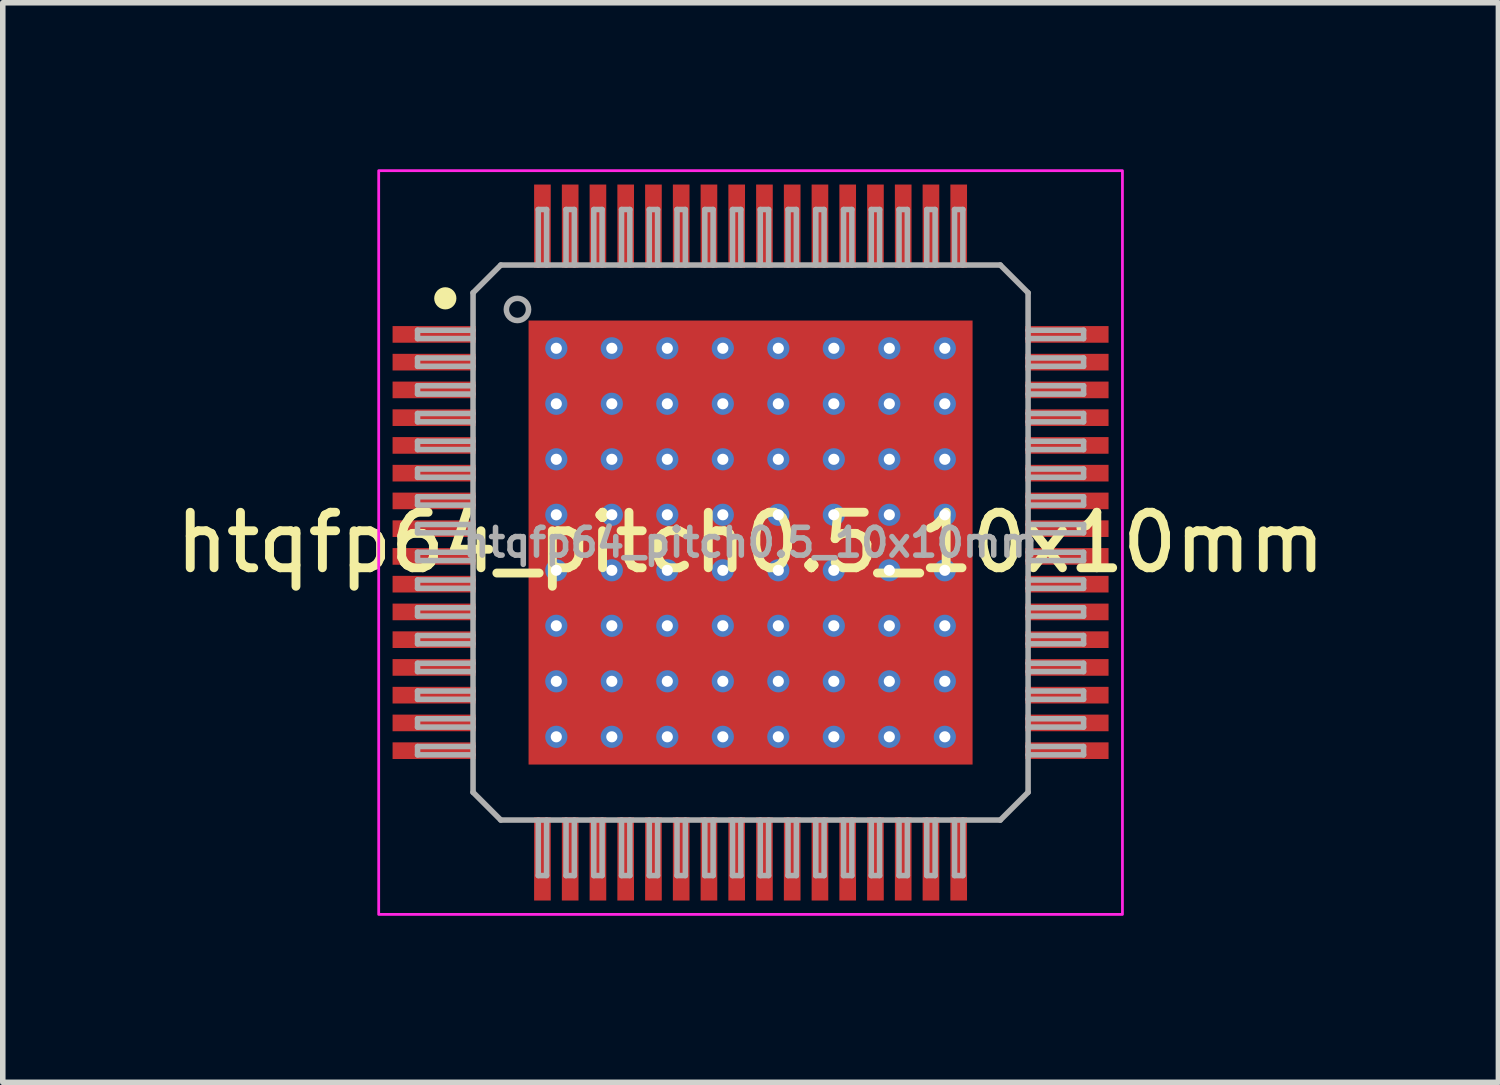
<source format=kicad_pcb>
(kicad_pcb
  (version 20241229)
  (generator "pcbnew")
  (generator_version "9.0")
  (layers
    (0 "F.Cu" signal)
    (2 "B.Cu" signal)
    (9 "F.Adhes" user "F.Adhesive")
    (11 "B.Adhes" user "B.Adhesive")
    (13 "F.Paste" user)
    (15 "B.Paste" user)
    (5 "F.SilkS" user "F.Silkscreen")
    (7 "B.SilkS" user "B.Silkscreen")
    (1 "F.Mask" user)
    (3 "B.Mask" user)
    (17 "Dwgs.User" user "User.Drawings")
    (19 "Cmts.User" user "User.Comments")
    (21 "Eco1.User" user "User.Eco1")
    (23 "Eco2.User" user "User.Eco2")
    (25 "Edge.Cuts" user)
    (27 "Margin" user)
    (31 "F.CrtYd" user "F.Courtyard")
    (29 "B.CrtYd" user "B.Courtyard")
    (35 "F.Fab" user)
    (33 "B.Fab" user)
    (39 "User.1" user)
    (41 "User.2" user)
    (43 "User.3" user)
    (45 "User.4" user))
  (footprint "htqfp64_pitch0.5_10x10mm"
    (layer "F.Cu")
    (at 10.473 6.725)
    (property "Reference" "htqfp64_pitch0.5_10x10mm" (at 0 0 0) (layer "F.SilkS") (effects (font (size 1 1) (thickness 0.16))))
    (attr smd)
    (fp_circle (center -5.5 -4.4) (end -5.4 -4.4) (stroke (width 0.2) (type solid)) (fill no) (layer "F.SilkS"))
    (fp_rect (start -6.7 -6.7) (end 6.7 6.7) (stroke (width 0.05) (type default)) (fill no) (layer "F.CrtYd"))
    (fp_line (start -6 -3.825) (end -6 -3.675) (stroke (width 0.1) (type default)) (layer "F.Fab"))
    (fp_line (start -6 -3.675) (end -5 -3.675) (stroke (width 0.1) (type default)) (layer "F.Fab"))
    (fp_line (start -6 -3.325) (end -6 -3.175) (stroke (width 0.1) (type default)) (layer "F.Fab"))
    (fp_line (start -6 -3.175) (end -5 -3.175) (stroke (width 0.1) (type default)) (layer "F.Fab"))
    (fp_line (start -6 -2.825) (end -6 -2.675) (stroke (width 0.1) (type default)) (layer "F.Fab"))
    (fp_line (start -6 -2.675) (end -5 -2.675) (stroke (width 0.1) (type default)) (layer "F.Fab"))
    (fp_line (start -6 -2.325) (end -6 -2.175) (stroke (width 0.1) (type default)) (layer "F.Fab"))
    (fp_line (start -6 -2.175) (end -5 -2.175) (stroke (width 0.1) (type default)) (layer "F.Fab"))
    (fp_line (start -6 -1.825) (end -6 -1.675) (stroke (width 0.1) (type default)) (layer "F.Fab"))
    (fp_line (start -6 -1.675) (end -5 -1.675) (stroke (width 0.1) (type default)) (layer "F.Fab"))
    (fp_line (start -6 -1.325) (end -6 -1.175) (stroke (width 0.1) (type default)) (layer "F.Fab"))
    (fp_line (start -6 -1.175) (end -5 -1.175) (stroke (width 0.1) (type default)) (layer "F.Fab"))
    (fp_line (start -6 -0.825) (end -6 -0.675) (stroke (width 0.1) (type default)) (layer "F.Fab"))
    (fp_line (start -6 -0.675) (end -5 -0.675) (stroke (width 0.1) (type default)) (layer "F.Fab"))
    (fp_line (start -6 -0.325) (end -6 -0.175) (stroke (width 0.1) (type default)) (layer "F.Fab"))
    (fp_line (start -6 -0.175) (end -5 -0.175) (stroke (width 0.1) (type default)) (layer "F.Fab"))
    (fp_line (start -6 0.175) (end -6 0.325) (stroke (width 0.1) (type default)) (layer "F.Fab"))
    (fp_line (start -6 0.325) (end -5 0.325) (stroke (width 0.1) (type default)) (layer "F.Fab"))
    (fp_line (start -6 0.675) (end -6 0.825) (stroke (width 0.1) (type default)) (layer "F.Fab"))
    (fp_line (start -6 0.825) (end -5 0.825) (stroke (width 0.1) (type default)) (layer "F.Fab"))
    (fp_line (start -6 1.175) (end -6 1.325) (stroke (width 0.1) (type default)) (layer "F.Fab"))
    (fp_line (start -6 1.325) (end -5 1.325) (stroke (width 0.1) (type default)) (layer "F.Fab"))
    (fp_line (start -6 1.675) (end -6 1.825) (stroke (width 0.1) (type default)) (layer "F.Fab"))
    (fp_line (start -6 1.825) (end -5 1.825) (stroke (width 0.1) (type default)) (layer "F.Fab"))
    (fp_line (start -6 2.175) (end -6 2.325) (stroke (width 0.1) (type default)) (layer "F.Fab"))
    (fp_line (start -6 2.325) (end -5 2.325) (stroke (width 0.1) (type default)) (layer "F.Fab"))
    (fp_line (start -6 2.675) (end -6 2.825) (stroke (width 0.1) (type default)) (layer "F.Fab"))
    (fp_line (start -6 2.825) (end -5 2.825) (stroke (width 0.1) (type default)) (layer "F.Fab"))
    (fp_line (start -6 3.175) (end -6 3.325) (stroke (width 0.1) (type default)) (layer "F.Fab"))
    (fp_line (start -6 3.325) (end -5 3.325) (stroke (width 0.1) (type default)) (layer "F.Fab"))
    (fp_line (start -6 3.675) (end -6 3.825) (stroke (width 0.1) (type default)) (layer "F.Fab"))
    (fp_line (start -6 3.825) (end -5 3.825) (stroke (width 0.1) (type default)) (layer "F.Fab"))
    (fp_line (start -5 -4.5) (end -4.5 -5) (stroke (width 0.1) (type default)) (layer "F.Fab"))
    (fp_line (start -5 -3.825) (end -6 -3.825) (stroke (width 0.1) (type default)) (layer "F.Fab"))
    (fp_line (start -5 -3.325) (end -6 -3.325) (stroke (width 0.1) (type default)) (layer "F.Fab"))
    (fp_line (start -5 -2.825) (end -6 -2.825) (stroke (width 0.1) (type default)) (layer "F.Fab"))
    (fp_line (start -5 -2.325) (end -6 -2.325) (stroke (width 0.1) (type default)) (layer "F.Fab"))
    (fp_line (start -5 -1.825) (end -6 -1.825) (stroke (width 0.1) (type default)) (layer "F.Fab"))
    (fp_line (start -5 -1.325) (end -6 -1.325) (stroke (width 0.1) (type default)) (layer "F.Fab"))
    (fp_line (start -5 -0.825) (end -6 -0.825) (stroke (width 0.1) (type default)) (layer "F.Fab"))
    (fp_line (start -5 -0.325) (end -6 -0.325) (stroke (width 0.1) (type default)) (layer "F.Fab"))
    (fp_line (start -5 0.175) (end -6 0.175) (stroke (width 0.1) (type default)) (layer "F.Fab"))
    (fp_line (start -5 0.675) (end -6 0.675) (stroke (width 0.1) (type default)) (layer "F.Fab"))
    (fp_line (start -5 1.175) (end -6 1.175) (stroke (width 0.1) (type default)) (layer "F.Fab"))
    (fp_line (start -5 1.675) (end -6 1.675) (stroke (width 0.1) (type default)) (layer "F.Fab"))
    (fp_line (start -5 2.175) (end -6 2.175) (stroke (width 0.1) (type default)) (layer "F.Fab"))
    (fp_line (start -5 2.675) (end -6 2.675) (stroke (width 0.1) (type default)) (layer "F.Fab"))
    (fp_line (start -5 3.175) (end -6 3.175) (stroke (width 0.1) (type default)) (layer "F.Fab"))
    (fp_line (start -5 3.675) (end -6 3.675) (stroke (width 0.1) (type default)) (layer "F.Fab"))
    (fp_line (start -5 4.5) (end -5 -4.5) (stroke (width 0.1) (type default)) (layer "F.Fab"))
    (fp_line (start -4.5 -5) (end 4.5 -5) (stroke (width 0.1) (type default)) (layer "F.Fab"))
    (fp_line (start -4.5 5) (end -5 4.5) (stroke (width 0.1) (type default)) (layer "F.Fab"))
    (fp_line (start -3.825 -6) (end -3.825 -5) (stroke (width 0.1) (type default)) (layer "F.Fab"))
    (fp_line (start -3.825 5) (end -3.825 6) (stroke (width 0.1) (type default)) (layer "F.Fab"))
    (fp_line (start -3.825 6) (end -3.675 6) (stroke (width 0.1) (type default)) (layer "F.Fab"))
    (fp_line (start -3.675 -6) (end -3.825 -6) (stroke (width 0.1) (type default)) (layer "F.Fab"))
    (fp_line (start -3.675 -5) (end -3.675 -6) (stroke (width 0.1) (type default)) (layer "F.Fab"))
    (fp_line (start -3.675 6) (end -3.675 5) (stroke (width 0.1) (type default)) (layer "F.Fab"))
    (fp_line (start -3.325 -6) (end -3.325 -5) (stroke (width 0.1) (type default)) (layer "F.Fab"))
    (fp_line (start -3.325 5) (end -3.325 6) (stroke (width 0.1) (type default)) (layer "F.Fab"))
    (fp_line (start -3.325 6) (end -3.175 6) (stroke (width 0.1) (type default)) (layer "F.Fab"))
    (fp_line (start -3.175 -6) (end -3.325 -6) (stroke (width 0.1) (type default)) (layer "F.Fab"))
    (fp_line (start -3.175 -5) (end -3.175 -6) (stroke (width 0.1) (type default)) (layer "F.Fab"))
    (fp_line (start -3.175 6) (end -3.175 5) (stroke (width 0.1) (type default)) (layer "F.Fab"))
    (fp_line (start -2.825 -6) (end -2.825 -5) (stroke (width 0.1) (type default)) (layer "F.Fab"))
    (fp_line (start -2.825 5) (end -2.825 6) (stroke (width 0.1) (type default)) (layer "F.Fab"))
    (fp_line (start -2.825 6) (end -2.675 6) (stroke (width 0.1) (type default)) (layer "F.Fab"))
    (fp_line (start -2.675 -6) (end -2.825 -6) (stroke (width 0.1) (type default)) (layer "F.Fab"))
    (fp_line (start -2.675 -5) (end -2.675 -6) (stroke (width 0.1) (type default)) (layer "F.Fab"))
    (fp_line (start -2.675 6) (end -2.675 5) (stroke (width 0.1) (type default)) (layer "F.Fab"))
    (fp_line (start -2.325 -6) (end -2.325 -5) (stroke (width 0.1) (type default)) (layer "F.Fab"))
    (fp_line (start -2.325 5) (end -2.325 6) (stroke (width 0.1) (type default)) (layer "F.Fab"))
    (fp_line (start -2.325 6) (end -2.175 6) (stroke (width 0.1) (type default)) (layer "F.Fab"))
    (fp_line (start -2.175 -6) (end -2.325 -6) (stroke (width 0.1) (type default)) (layer "F.Fab"))
    (fp_line (start -2.175 -5) (end -2.175 -6) (stroke (width 0.1) (type default)) (layer "F.Fab"))
    (fp_line (start -2.175 6) (end -2.175 5) (stroke (width 0.1) (type default)) (layer "F.Fab"))
    (fp_line (start -1.825 -6) (end -1.825 -5) (stroke (width 0.1) (type default)) (layer "F.Fab"))
    (fp_line (start -1.825 5) (end -1.825 6) (stroke (width 0.1) (type default)) (layer "F.Fab"))
    (fp_line (start -1.825 6) (end -1.675 6) (stroke (width 0.1) (type default)) (layer "F.Fab"))
    (fp_line (start -1.675 -6) (end -1.825 -6) (stroke (width 0.1) (type default)) (layer "F.Fab"))
    (fp_line (start -1.675 -5) (end -1.675 -6) (stroke (width 0.1) (type default)) (layer "F.Fab"))
    (fp_line (start -1.675 6) (end -1.675 5) (stroke (width 0.1) (type default)) (layer "F.Fab"))
    (fp_line (start -1.325 -6) (end -1.325 -5) (stroke (width 0.1) (type default)) (layer "F.Fab"))
    (fp_line (start -1.325 5) (end -1.325 6) (stroke (width 0.1) (type default)) (layer "F.Fab"))
    (fp_line (start -1.325 6) (end -1.175 6) (stroke (width 0.1) (type default)) (layer "F.Fab"))
    (fp_line (start -1.175 -6) (end -1.325 -6) (stroke (width 0.1) (type default)) (layer "F.Fab"))
    (fp_line (start -1.175 -5) (end -1.175 -6) (stroke (width 0.1) (type default)) (layer "F.Fab"))
    (fp_line (start -1.175 6) (end -1.175 5) (stroke (width 0.1) (type default)) (layer "F.Fab"))
    (fp_line (start -0.825 -6) (end -0.825 -5) (stroke (width 0.1) (type default)) (layer "F.Fab"))
    (fp_line (start -0.825 5) (end -0.825 6) (stroke (width 0.1) (type default)) (layer "F.Fab"))
    (fp_line (start -0.825 6) (end -0.675 6) (stroke (width 0.1) (type default)) (layer "F.Fab"))
    (fp_line (start -0.675 -6) (end -0.825 -6) (stroke (width 0.1) (type default)) (layer "F.Fab"))
    (fp_line (start -0.675 -5) (end -0.675 -6) (stroke (width 0.1) (type default)) (layer "F.Fab"))
    (fp_line (start -0.675 6) (end -0.675 5) (stroke (width 0.1) (type default)) (layer "F.Fab"))
    (fp_line (start -0.325 -6) (end -0.325 -5) (stroke (width 0.1) (type default)) (layer "F.Fab"))
    (fp_line (start -0.325 5) (end -0.325 6) (stroke (width 0.1) (type default)) (layer "F.Fab"))
    (fp_line (start -0.325 6) (end -0.175 6) (stroke (width 0.1) (type default)) (layer "F.Fab"))
    (fp_line (start -0.175 -6) (end -0.325 -6) (stroke (width 0.1) (type default)) (layer "F.Fab"))
    (fp_line (start -0.175 -5) (end -0.175 -6) (stroke (width 0.1) (type default)) (layer "F.Fab"))
    (fp_line (start -0.175 6) (end -0.175 5) (stroke (width 0.1) (type default)) (layer "F.Fab"))
    (fp_line (start 0.175 -6) (end 0.175 -5) (stroke (width 0.1) (type default)) (layer "F.Fab"))
    (fp_line (start 0.175 5) (end 0.175 6) (stroke (width 0.1) (type default)) (layer "F.Fab"))
    (fp_line (start 0.175 6) (end 0.325 6) (stroke (width 0.1) (type default)) (layer "F.Fab"))
    (fp_line (start 0.325 -6) (end 0.175 -6) (stroke (width 0.1) (type default)) (layer "F.Fab"))
    (fp_line (start 0.325 -5) (end 0.325 -6) (stroke (width 0.1) (type default)) (layer "F.Fab"))
    (fp_line (start 0.325 6) (end 0.325 5) (stroke (width 0.1) (type default)) (layer "F.Fab"))
    (fp_line (start 0.675 -6) (end 0.675 -5) (stroke (width 0.1) (type default)) (layer "F.Fab"))
    (fp_line (start 0.675 5) (end 0.675 6) (stroke (width 0.1) (type default)) (layer "F.Fab"))
    (fp_line (start 0.675 6) (end 0.825 6) (stroke (width 0.1) (type default)) (layer "F.Fab"))
    (fp_line (start 0.825 -6) (end 0.675 -6) (stroke (width 0.1) (type default)) (layer "F.Fab"))
    (fp_line (start 0.825 -5) (end 0.825 -6) (stroke (width 0.1) (type default)) (layer "F.Fab"))
    (fp_line (start 0.825 6) (end 0.825 5) (stroke (width 0.1) (type default)) (layer "F.Fab"))
    (fp_line (start 1.175 -6) (end 1.175 -5) (stroke (width 0.1) (type default)) (layer "F.Fab"))
    (fp_line (start 1.175 5) (end 1.175 6) (stroke (width 0.1) (type default)) (layer "F.Fab"))
    (fp_line (start 1.175 6) (end 1.325 6) (stroke (width 0.1) (type default)) (layer "F.Fab"))
    (fp_line (start 1.325 -6) (end 1.175 -6) (stroke (width 0.1) (type default)) (layer "F.Fab"))
    (fp_line (start 1.325 -5) (end 1.325 -6) (stroke (width 0.1) (type default)) (layer "F.Fab"))
    (fp_line (start 1.325 6) (end 1.325 5) (stroke (width 0.1) (type default)) (layer "F.Fab"))
    (fp_line (start 1.675 -6) (end 1.675 -5) (stroke (width 0.1) (type default)) (layer "F.Fab"))
    (fp_line (start 1.675 5) (end 1.675 6) (stroke (width 0.1) (type default)) (layer "F.Fab"))
    (fp_line (start 1.675 6) (end 1.825 6) (stroke (width 0.1) (type default)) (layer "F.Fab"))
    (fp_line (start 1.825 -6) (end 1.675 -6) (stroke (width 0.1) (type default)) (layer "F.Fab"))
    (fp_line (start 1.825 -5) (end 1.825 -6) (stroke (width 0.1) (type default)) (layer "F.Fab"))
    (fp_line (start 1.825 6) (end 1.825 5) (stroke (width 0.1) (type default)) (layer "F.Fab"))
    (fp_line (start 2.175 -6) (end 2.175 -5) (stroke (width 0.1) (type default)) (layer "F.Fab"))
    (fp_line (start 2.175 5) (end 2.175 6) (stroke (width 0.1) (type default)) (layer "F.Fab"))
    (fp_line (start 2.175 6) (end 2.325 6) (stroke (width 0.1) (type default)) (layer "F.Fab"))
    (fp_line (start 2.325 -6) (end 2.175 -6) (stroke (width 0.1) (type default)) (layer "F.Fab"))
    (fp_line (start 2.325 -5) (end 2.325 -6) (stroke (width 0.1) (type default)) (layer "F.Fab"))
    (fp_line (start 2.325 6) (end 2.325 5) (stroke (width 0.1) (type default)) (layer "F.Fab"))
    (fp_line (start 2.675 -6) (end 2.675 -5) (stroke (width 0.1) (type default)) (layer "F.Fab"))
    (fp_line (start 2.675 5) (end 2.675 6) (stroke (width 0.1) (type default)) (layer "F.Fab"))
    (fp_line (start 2.675 6) (end 2.825 6) (stroke (width 0.1) (type default)) (layer "F.Fab"))
    (fp_line (start 2.825 -6) (end 2.675 -6) (stroke (width 0.1) (type default)) (layer "F.Fab"))
    (fp_line (start 2.825 -5) (end 2.825 -6) (stroke (width 0.1) (type default)) (layer "F.Fab"))
    (fp_line (start 2.825 6) (end 2.825 5) (stroke (width 0.1) (type default)) (layer "F.Fab"))
    (fp_line (start 3.175 -6) (end 3.175 -5) (stroke (width 0.1) (type default)) (layer "F.Fab"))
    (fp_line (start 3.175 5) (end 3.175 6) (stroke (width 0.1) (type default)) (layer "F.Fab"))
    (fp_line (start 3.175 6) (end 3.325 6) (stroke (width 0.1) (type default)) (layer "F.Fab"))
    (fp_line (start 3.325 -6) (end 3.175 -6) (stroke (width 0.1) (type default)) (layer "F.Fab"))
    (fp_line (start 3.325 -5) (end 3.325 -6) (stroke (width 0.1) (type default)) (layer "F.Fab"))
    (fp_line (start 3.325 6) (end 3.325 5) (stroke (width 0.1) (type default)) (layer "F.Fab"))
    (fp_line (start 3.675 -6) (end 3.675 -5) (stroke (width 0.1) (type default)) (layer "F.Fab"))
    (fp_line (start 3.675 5) (end 3.675 6) (stroke (width 0.1) (type default)) (layer "F.Fab"))
    (fp_line (start 3.675 6) (end 3.825 6) (stroke (width 0.1) (type default)) (layer "F.Fab"))
    (fp_line (start 3.825 -6) (end 3.675 -6) (stroke (width 0.1) (type default)) (layer "F.Fab"))
    (fp_line (start 3.825 -5) (end 3.825 -6) (stroke (width 0.1) (type default)) (layer "F.Fab"))
    (fp_line (start 3.825 6) (end 3.825 5) (stroke (width 0.1) (type default)) (layer "F.Fab"))
    (fp_line (start 4.5 -5) (end 5 -4.5) (stroke (width 0.1) (type default)) (layer "F.Fab"))
    (fp_line (start 4.5 5) (end -4.5 5) (stroke (width 0.1) (type default)) (layer "F.Fab"))
    (fp_line (start 5 -4.5) (end 5 4.5) (stroke (width 0.1) (type default)) (layer "F.Fab"))
    (fp_line (start 5 -3.675) (end 6 -3.675) (stroke (width 0.1) (type default)) (layer "F.Fab"))
    (fp_line (start 5 -3.175) (end 6 -3.175) (stroke (width 0.1) (type default)) (layer "F.Fab"))
    (fp_line (start 5 -2.675) (end 6 -2.675) (stroke (width 0.1) (type default)) (layer "F.Fab"))
    (fp_line (start 5 -2.175) (end 6 -2.175) (stroke (width 0.1) (type default)) (layer "F.Fab"))
    (fp_line (start 5 -1.675) (end 6 -1.675) (stroke (width 0.1) (type default)) (layer "F.Fab"))
    (fp_line (start 5 -1.175) (end 6 -1.175) (stroke (width 0.1) (type default)) (layer "F.Fab"))
    (fp_line (start 5 -0.675) (end 6 -0.675) (stroke (width 0.1) (type default)) (layer "F.Fab"))
    (fp_line (start 5 -0.175) (end 6 -0.175) (stroke (width 0.1) (type default)) (layer "F.Fab"))
    (fp_line (start 5 0.325) (end 6 0.325) (stroke (width 0.1) (type default)) (layer "F.Fab"))
    (fp_line (start 5 0.825) (end 6 0.825) (stroke (width 0.1) (type default)) (layer "F.Fab"))
    (fp_line (start 5 1.325) (end 6 1.325) (stroke (width 0.1) (type default)) (layer "F.Fab"))
    (fp_line (start 5 1.825) (end 6 1.825) (stroke (width 0.1) (type default)) (layer "F.Fab"))
    (fp_line (start 5 2.325) (end 6 2.325) (stroke (width 0.1) (type default)) (layer "F.Fab"))
    (fp_line (start 5 2.825) (end 6 2.825) (stroke (width 0.1) (type default)) (layer "F.Fab"))
    (fp_line (start 5 3.325) (end 6 3.325) (stroke (width 0.1) (type default)) (layer "F.Fab"))
    (fp_line (start 5 3.825) (end 6 3.825) (stroke (width 0.1) (type default)) (layer "F.Fab"))
    (fp_line (start 5 4.5) (end 4.5 5) (stroke (width 0.1) (type default)) (layer "F.Fab"))
    (fp_line (start 6 -3.825) (end 5 -3.825) (stroke (width 0.1) (type default)) (layer "F.Fab"))
    (fp_line (start 6 -3.675) (end 6 -3.825) (stroke (width 0.1) (type default)) (layer "F.Fab"))
    (fp_line (start 6 -3.325) (end 5 -3.325) (stroke (width 0.1) (type default)) (layer "F.Fab"))
    (fp_line (start 6 -3.175) (end 6 -3.325) (stroke (width 0.1) (type default)) (layer "F.Fab"))
    (fp_line (start 6 -2.825) (end 5 -2.825) (stroke (width 0.1) (type default)) (layer "F.Fab"))
    (fp_line (start 6 -2.675) (end 6 -2.825) (stroke (width 0.1) (type default)) (layer "F.Fab"))
    (fp_line (start 6 -2.325) (end 5 -2.325) (stroke (width 0.1) (type default)) (layer "F.Fab"))
    (fp_line (start 6 -2.175) (end 6 -2.325) (stroke (width 0.1) (type default)) (layer "F.Fab"))
    (fp_line (start 6 -1.825) (end 5 -1.825) (stroke (width 0.1) (type default)) (layer "F.Fab"))
    (fp_line (start 6 -1.675) (end 6 -1.825) (stroke (width 0.1) (type default)) (layer "F.Fab"))
    (fp_line (start 6 -1.325) (end 5 -1.325) (stroke (width 0.1) (type default)) (layer "F.Fab"))
    (fp_line (start 6 -1.175) (end 6 -1.325) (stroke (width 0.1) (type default)) (layer "F.Fab"))
    (fp_line (start 6 -0.825) (end 5 -0.825) (stroke (width 0.1) (type default)) (layer "F.Fab"))
    (fp_line (start 6 -0.675) (end 6 -0.825) (stroke (width 0.1) (type default)) (layer "F.Fab"))
    (fp_line (start 6 -0.325) (end 5 -0.325) (stroke (width 0.1) (type default)) (layer "F.Fab"))
    (fp_line (start 6 -0.175) (end 6 -0.325) (stroke (width 0.1) (type default)) (layer "F.Fab"))
    (fp_line (start 6 0.175) (end 5 0.175) (stroke (width 0.1) (type default)) (layer "F.Fab"))
    (fp_line (start 6 0.325) (end 6 0.175) (stroke (width 0.1) (type default)) (layer "F.Fab"))
    (fp_line (start 6 0.675) (end 5 0.675) (stroke (width 0.1) (type default)) (layer "F.Fab"))
    (fp_line (start 6 0.825) (end 6 0.675) (stroke (width 0.1) (type default)) (layer "F.Fab"))
    (fp_line (start 6 1.175) (end 5 1.175) (stroke (width 0.1) (type default)) (layer "F.Fab"))
    (fp_line (start 6 1.325) (end 6 1.175) (stroke (width 0.1) (type default)) (layer "F.Fab"))
    (fp_line (start 6 1.675) (end 5 1.675) (stroke (width 0.1) (type default)) (layer "F.Fab"))
    (fp_line (start 6 1.825) (end 6 1.675) (stroke (width 0.1) (type default)) (layer "F.Fab"))
    (fp_line (start 6 2.175) (end 5 2.175) (stroke (width 0.1) (type default)) (layer "F.Fab"))
    (fp_line (start 6 2.325) (end 6 2.175) (stroke (width 0.1) (type default)) (layer "F.Fab"))
    (fp_line (start 6 2.675) (end 5 2.675) (stroke (width 0.1) (type default)) (layer "F.Fab"))
    (fp_line (start 6 2.825) (end 6 2.675) (stroke (width 0.1) (type default)) (layer "F.Fab"))
    (fp_line (start 6 3.175) (end 5 3.175) (stroke (width 0.1) (type default)) (layer "F.Fab"))
    (fp_line (start 6 3.325) (end 6 3.175) (stroke (width 0.1) (type default)) (layer "F.Fab"))
    (fp_line (start 6 3.675) (end 5 3.675) (stroke (width 0.1) (type default)) (layer "F.Fab"))
    (fp_line (start 6 3.825) (end 6 3.675) (stroke (width 0.1) (type default)) (layer "F.Fab"))
    (fp_circle (center -4.2 -4.2) (end -4 -4.2) (stroke (width 0.1) (type default)) (fill no) (layer "F.Fab"))
    (fp_text user "${REFERENCE}" (at 0 0 0) (layer "F.Fab") (effects (font (size 0.5 0.5) (thickness 0.1))))
    (pad "1" smd rect (at -5.7 -3.75) (size 1.5 0.3) (layers "F.Cu" "F.Mask" "F.Paste"))
    (pad "2" smd rect (at -5.7 -3.25) (size 1.5 0.3) (layers "F.Cu" "F.Mask" "F.Paste"))
    (pad "3" smd rect (at -5.7 -2.75) (size 1.5 0.3) (layers "F.Cu" "F.Mask" "F.Paste"))
    (pad "4" smd rect (at -5.7 -2.25) (size 1.5 0.3) (layers "F.Cu" "F.Mask" "F.Paste"))
    (pad "5" smd rect (at -5.7 -1.75) (size 1.5 0.3) (layers "F.Cu" "F.Mask" "F.Paste"))
    (pad "6" smd rect (at -5.7 -1.25) (size 1.5 0.3) (layers "F.Cu" "F.Mask" "F.Paste"))
    (pad "7" smd rect (at -5.7 -0.75) (size 1.5 0.3) (layers "F.Cu" "F.Mask" "F.Paste"))
    (pad "8" smd rect (at -5.7 -0.25) (size 1.5 0.3) (layers "F.Cu" "F.Mask" "F.Paste"))
    (pad "9" smd rect (at -5.7 0.25) (size 1.5 0.3) (layers "F.Cu" "F.Mask" "F.Paste"))
    (pad "10" smd rect (at -5.7 0.75) (size 1.5 0.3) (layers "F.Cu" "F.Mask" "F.Paste"))
    (pad "11" smd rect (at -5.7 1.25) (size 1.5 0.3) (layers "F.Cu" "F.Mask" "F.Paste"))
    (pad "12" smd rect (at -5.7 1.75) (size 1.5 0.3) (layers "F.Cu" "F.Mask" "F.Paste"))
    (pad "13" smd rect (at -5.7 2.25) (size 1.5 0.3) (layers "F.Cu" "F.Mask" "F.Paste"))
    (pad "14" smd rect (at -5.7 2.75) (size 1.5 0.3) (layers "F.Cu" "F.Mask" "F.Paste"))
    (pad "15" smd rect (at -5.7 3.25) (size 1.5 0.3) (layers "F.Cu" "F.Mask" "F.Paste"))
    (pad "16" smd rect (at -5.7 3.75) (size 1.5 0.3) (layers "F.Cu" "F.Mask" "F.Paste"))
    (pad "17" smd rect (at -3.75 5.7 90) (size 1.5 0.3) (layers "F.Cu" "F.Mask" "F.Paste"))
    (pad "18" smd rect (at -3.25 5.7 90) (size 1.5 0.3) (layers "F.Cu" "F.Mask" "F.Paste"))
    (pad "19" smd rect (at -2.75 5.7 90) (size 1.5 0.3) (layers "F.Cu" "F.Mask" "F.Paste"))
    (pad "20" smd rect (at -2.25 5.7 90) (size 1.5 0.3) (layers "F.Cu" "F.Mask" "F.Paste"))
    (pad "21" smd rect (at -1.75 5.7 90) (size 1.5 0.3) (layers "F.Cu" "F.Mask" "F.Paste"))
    (pad "22" smd rect (at -1.25 5.7 90) (size 1.5 0.3) (layers "F.Cu" "F.Mask" "F.Paste"))
    (pad "23" smd rect (at -0.75 5.7 90) (size 1.5 0.3) (layers "F.Cu" "F.Mask" "F.Paste"))
    (pad "24" smd rect (at -0.25 5.7 90) (size 1.5 0.3) (layers "F.Cu" "F.Mask" "F.Paste"))
    (pad "25" smd rect (at 0.25 5.7 90) (size 1.5 0.3) (layers "F.Cu" "F.Mask" "F.Paste"))
    (pad "26" smd rect (at 0.75 5.7 90) (size 1.5 0.3) (layers "F.Cu" "F.Mask" "F.Paste"))
    (pad "27" smd rect (at 1.25 5.7 90) (size 1.5 0.3) (layers "F.Cu" "F.Mask" "F.Paste"))
    (pad "28" smd rect (at 1.75 5.7 90) (size 1.5 0.3) (layers "F.Cu" "F.Mask" "F.Paste"))
    (pad "29" smd rect (at 2.25 5.7 90) (size 1.5 0.3) (layers "F.Cu" "F.Mask" "F.Paste"))
    (pad "30" smd rect (at 2.75 5.7 90) (size 1.5 0.3) (layers "F.Cu" "F.Mask" "F.Paste"))
    (pad "31" smd rect (at 3.25 5.7 90) (size 1.5 0.3) (layers "F.Cu" "F.Mask" "F.Paste"))
    (pad "32" smd rect (at 3.75 5.7 90) (size 1.5 0.3) (layers "F.Cu" "F.Mask" "F.Paste"))
    (pad "33" smd rect (at 5.7 3.75) (size 1.5 0.3) (layers "F.Cu" "F.Mask" "F.Paste"))
    (pad "34" smd rect (at 5.7 3.25) (size 1.5 0.3) (layers "F.Cu" "F.Mask" "F.Paste"))
    (pad "35" smd rect (at 5.7 2.75) (size 1.5 0.3) (layers "F.Cu" "F.Mask" "F.Paste"))
    (pad "36" smd rect (at 5.7 2.25) (size 1.5 0.3) (layers "F.Cu" "F.Mask" "F.Paste"))
    (pad "37" smd rect (at 5.7 1.75) (size 1.5 0.3) (layers "F.Cu" "F.Mask" "F.Paste"))
    (pad "38" smd rect (at 5.7 1.25) (size 1.5 0.3) (layers "F.Cu" "F.Mask" "F.Paste"))
    (pad "39" smd rect (at 5.7 0.75) (size 1.5 0.3) (layers "F.Cu" "F.Mask" "F.Paste"))
    (pad "40" smd rect (at 5.7 0.25) (size 1.5 0.3) (layers "F.Cu" "F.Mask" "F.Paste"))
    (pad "41" smd rect (at 5.7 -0.25) (size 1.5 0.3) (layers "F.Cu" "F.Mask" "F.Paste"))
    (pad "42" smd rect (at 5.7 -0.75) (size 1.5 0.3) (layers "F.Cu" "F.Mask" "F.Paste"))
    (pad "43" smd rect (at 5.7 -1.25) (size 1.5 0.3) (layers "F.Cu" "F.Mask" "F.Paste"))
    (pad "44" smd rect (at 5.7 -1.75) (size 1.5 0.3) (layers "F.Cu" "F.Mask" "F.Paste"))
    (pad "45" smd rect (at 5.7 -2.25) (size 1.5 0.3) (layers "F.Cu" "F.Mask" "F.Paste"))
    (pad "46" smd rect (at 5.7 -2.75) (size 1.5 0.3) (layers "F.Cu" "F.Mask" "F.Paste"))
    (pad "47" smd rect (at 5.7 -3.25) (size 1.5 0.3) (layers "F.Cu" "F.Mask" "F.Paste"))
    (pad "48" smd rect (at 5.7 -3.75) (size 1.5 0.3) (layers "F.Cu" "F.Mask" "F.Paste"))
    (pad "49" smd rect (at 3.75 -5.7 90) (size 1.5 0.3) (layers "F.Cu" "F.Mask" "F.Paste"))
    (pad "50" smd rect (at 3.25 -5.7 90) (size 1.5 0.3) (layers "F.Cu" "F.Mask" "F.Paste"))
    (pad "51" smd rect (at 2.75 -5.7 90) (size 1.5 0.3) (layers "F.Cu" "F.Mask" "F.Paste"))
    (pad "52" smd rect (at 2.25 -5.7 90) (size 1.5 0.3) (layers "F.Cu" "F.Mask" "F.Paste"))
    (pad "53" smd rect (at 1.75 -5.7 90) (size 1.5 0.3) (layers "F.Cu" "F.Mask" "F.Paste"))
    (pad "54" smd rect (at 1.25 -5.7 90) (size 1.5 0.3) (layers "F.Cu" "F.Mask" "F.Paste"))
    (pad "55" smd rect (at 0.75 -5.7 90) (size 1.5 0.3) (layers "F.Cu" "F.Mask" "F.Paste"))
    (pad "56" smd rect (at 0.25 -5.7 90) (size 1.5 0.3) (layers "F.Cu" "F.Mask" "F.Paste"))
    (pad "57" smd rect (at -0.25 -5.7 90) (size 1.5 0.3) (layers "F.Cu" "F.Mask" "F.Paste"))
    (pad "58" smd rect (at -0.75 -5.7 90) (size 1.5 0.3) (layers "F.Cu" "F.Mask" "F.Paste"))
    (pad "59" smd rect (at -1.25 -5.7 90) (size 1.5 0.3) (layers "F.Cu" "F.Mask" "F.Paste"))
    (pad "60" smd rect (at -1.75 -5.7 90) (size 1.5 0.3) (layers "F.Cu" "F.Mask" "F.Paste"))
    (pad "61" smd rect (at -2.25 -5.7 90) (size 1.5 0.3) (layers "F.Cu" "F.Mask" "F.Paste"))
    (pad "62" smd rect (at -2.75 -5.7 90) (size 1.5 0.3) (layers "F.Cu" "F.Mask" "F.Paste"))
    (pad "63" smd rect (at -3.25 -5.7 90) (size 1.5 0.3) (layers "F.Cu" "F.Mask" "F.Paste"))
    (pad "64" smd rect (at -3.75 -5.7 90) (size 1.5 0.3) (layers "F.Cu" "F.Mask" "F.Paste"))
    (pad "65" thru_hole circle (at -3.5 -3.5) (size 0.4 0.4) (drill 0.2) (layers "*.Cu" "*.Mask"))
    (pad "65" thru_hole circle (at -3.5 -2.5) (size 0.4 0.4) (drill 0.2) (layers "*.Cu" "*.Mask"))
    (pad "65" thru_hole circle (at -3.5 -1.5) (size 0.4 0.4) (drill 0.2) (layers "*.Cu" "*.Mask"))
    (pad "65" thru_hole circle (at -3.5 -0.5) (size 0.4 0.4) (drill 0.2) (layers "*.Cu" "*.Mask"))
    (pad "65" thru_hole circle (at -3.5 0.5) (size 0.4 0.4) (drill 0.2) (layers "*.Cu" "*.Mask"))
    (pad "65" thru_hole circle (at -3.5 1.5) (size 0.4 0.4) (drill 0.2) (layers "*.Cu" "*.Mask"))
    (pad "65" thru_hole circle (at -3.5 2.5) (size 0.4 0.4) (drill 0.2) (layers "*.Cu" "*.Mask"))
    (pad "65" thru_hole circle (at -3.5 3.5) (size 0.4 0.4) (drill 0.2) (layers "*.Cu" "*.Mask"))
    (pad "65" thru_hole circle (at -2.5 -3.5) (size 0.4 0.4) (drill 0.2) (layers "*.Cu" "*.Mask"))
    (pad "65" thru_hole circle (at -2.5 -2.5) (size 0.4 0.4) (drill 0.2) (layers "*.Cu" "*.Mask"))
    (pad "65" thru_hole circle (at -2.5 -1.5) (size 0.4 0.4) (drill 0.2) (layers "*.Cu" "*.Mask"))
    (pad "65" thru_hole circle (at -2.5 -0.5) (size 0.4 0.4) (drill 0.2) (layers "*.Cu" "*.Mask"))
    (pad "65" thru_hole circle (at -2.5 0.5) (size 0.4 0.4) (drill 0.2) (layers "*.Cu" "*.Mask"))
    (pad "65" thru_hole circle (at -2.5 1.5) (size 0.4 0.4) (drill 0.2) (layers "*.Cu" "*.Mask"))
    (pad "65" thru_hole circle (at -2.5 2.5) (size 0.4 0.4) (drill 0.2) (layers "*.Cu" "*.Mask"))
    (pad "65" thru_hole circle (at -2.5 3.5) (size 0.4 0.4) (drill 0.2) (layers "*.Cu" "*.Mask"))
    (pad "65" thru_hole circle (at -1.5 -3.5) (size 0.4 0.4) (drill 0.2) (layers "*.Cu" "*.Mask"))
    (pad "65" thru_hole circle (at -1.5 -2.5) (size 0.4 0.4) (drill 0.2) (layers "*.Cu" "*.Mask"))
    (pad "65" thru_hole circle (at -1.5 -1.5) (size 0.4 0.4) (drill 0.2) (layers "*.Cu" "*.Mask"))
    (pad "65" thru_hole circle (at -1.5 -0.5) (size 0.4 0.4) (drill 0.2) (layers "*.Cu" "*.Mask"))
    (pad "65" thru_hole circle (at -1.5 0.5) (size 0.4 0.4) (drill 0.2) (layers "*.Cu" "*.Mask"))
    (pad "65" thru_hole circle (at -1.5 1.5) (size 0.4 0.4) (drill 0.2) (layers "*.Cu" "*.Mask"))
    (pad "65" thru_hole circle (at -1.5 2.5) (size 0.4 0.4) (drill 0.2) (layers "*.Cu" "*.Mask"))
    (pad "65" thru_hole circle (at -1.5 3.5) (size 0.4 0.4) (drill 0.2) (layers "*.Cu" "*.Mask"))
    (pad "65" thru_hole circle (at -0.5 -3.5) (size 0.4 0.4) (drill 0.2) (layers "*.Cu" "*.Mask"))
    (pad "65" thru_hole circle (at -0.5 -2.5) (size 0.4 0.4) (drill 0.2) (layers "*.Cu" "*.Mask"))
    (pad "65" thru_hole circle (at -0.5 -1.5) (size 0.4 0.4) (drill 0.2) (layers "*.Cu" "*.Mask"))
    (pad "65" thru_hole circle (at -0.5 -0.5) (size 0.4 0.4) (drill 0.2) (layers "*.Cu" "*.Mask"))
    (pad "65" thru_hole circle (at -0.5 0.5) (size 0.4 0.4) (drill 0.2) (layers "*.Cu" "*.Mask"))
    (pad "65" thru_hole circle (at -0.5 1.5) (size 0.4 0.4) (drill 0.2) (layers "*.Cu" "*.Mask"))
    (pad "65" thru_hole circle (at -0.5 2.5) (size 0.4 0.4) (drill 0.2) (layers "*.Cu" "*.Mask"))
    (pad "65" thru_hole circle (at -0.5 3.5) (size 0.4 0.4) (drill 0.2) (layers "*.Cu" "*.Mask"))
    (pad "65" smd rect (at 0 0) (size 8 8) (layers "F.Cu" "F.Mask" "F.Paste"))
    (pad "65" thru_hole circle (at 0.5 -3.5) (size 0.4 0.4) (drill 0.2) (layers "*.Cu" "*.Mask"))
    (pad "65" thru_hole circle (at 0.5 -2.5) (size 0.4 0.4) (drill 0.2) (layers "*.Cu" "*.Mask"))
    (pad "65" thru_hole circle (at 0.5 -1.5) (size 0.4 0.4) (drill 0.2) (layers "*.Cu" "*.Mask"))
    (pad "65" thru_hole circle (at 0.5 -0.5) (size 0.4 0.4) (drill 0.2) (layers "*.Cu" "*.Mask"))
    (pad "65" thru_hole circle (at 0.5 0.5) (size 0.4 0.4) (drill 0.2) (layers "*.Cu" "*.Mask"))
    (pad "65" thru_hole circle (at 0.5 1.5) (size 0.4 0.4) (drill 0.2) (layers "*.Cu" "*.Mask"))
    (pad "65" thru_hole circle (at 0.5 2.5) (size 0.4 0.4) (drill 0.2) (layers "*.Cu" "*.Mask"))
    (pad "65" thru_hole circle (at 0.5 3.5) (size 0.4 0.4) (drill 0.2) (layers "*.Cu" "*.Mask"))
    (pad "65" thru_hole circle (at 1.5 -3.5) (size 0.4 0.4) (drill 0.2) (layers "*.Cu" "*.Mask"))
    (pad "65" thru_hole circle (at 1.5 -2.5) (size 0.4 0.4) (drill 0.2) (layers "*.Cu" "*.Mask"))
    (pad "65" thru_hole circle (at 1.5 -1.5) (size 0.4 0.4) (drill 0.2) (layers "*.Cu" "*.Mask"))
    (pad "65" thru_hole circle (at 1.5 -0.5) (size 0.4 0.4) (drill 0.2) (layers "*.Cu" "*.Mask"))
    (pad "65" thru_hole circle (at 1.5 0.5) (size 0.4 0.4) (drill 0.2) (layers "*.Cu" "*.Mask"))
    (pad "65" thru_hole circle (at 1.5 1.5) (size 0.4 0.4) (drill 0.2) (layers "*.Cu" "*.Mask"))
    (pad "65" thru_hole circle (at 1.5 2.5) (size 0.4 0.4) (drill 0.2) (layers "*.Cu" "*.Mask"))
    (pad "65" thru_hole circle (at 1.5 3.5) (size 0.4 0.4) (drill 0.2) (layers "*.Cu" "*.Mask"))
    (pad "65" thru_hole circle (at 2.5 -3.5) (size 0.4 0.4) (drill 0.2) (layers "*.Cu" "*.Mask"))
    (pad "65" thru_hole circle (at 2.5 -2.5) (size 0.4 0.4) (drill 0.2) (layers "*.Cu" "*.Mask"))
    (pad "65" thru_hole circle (at 2.5 -1.5) (size 0.4 0.4) (drill 0.2) (layers "*.Cu" "*.Mask"))
    (pad "65" thru_hole circle (at 2.5 -0.5) (size 0.4 0.4) (drill 0.2) (layers "*.Cu" "*.Mask"))
    (pad "65" thru_hole circle (at 2.5 0.5) (size 0.4 0.4) (drill 0.2) (layers "*.Cu" "*.Mask"))
    (pad "65" thru_hole circle (at 2.5 1.5) (size 0.4 0.4) (drill 0.2) (layers "*.Cu" "*.Mask"))
    (pad "65" thru_hole circle (at 2.5 2.5) (size 0.4 0.4) (drill 0.2) (layers "*.Cu" "*.Mask"))
    (pad "65" thru_hole circle (at 2.5 3.5) (size 0.4 0.4) (drill 0.2) (layers "*.Cu" "*.Mask"))
    (pad "65" thru_hole circle (at 3.5 -3.5) (size 0.4 0.4) (drill 0.2) (layers "*.Cu" "*.Mask"))
    (pad "65" thru_hole circle (at 3.5 -2.5) (size 0.4 0.4) (drill 0.2) (layers "*.Cu" "*.Mask"))
    (pad "65" thru_hole circle (at 3.5 -1.5) (size 0.4 0.4) (drill 0.2) (layers "*.Cu" "*.Mask"))
    (pad "65" thru_hole circle (at 3.5 -0.5) (size 0.4 0.4) (drill 0.2) (layers "*.Cu" "*.Mask"))
    (pad "65" thru_hole circle (at 3.5 0.5) (size 0.4 0.4) (drill 0.2) (layers "*.Cu" "*.Mask"))
    (pad "65" thru_hole circle (at 3.5 1.5) (size 0.4 0.4) (drill 0.2) (layers "*.Cu" "*.Mask"))
    (pad "65" thru_hole circle (at 3.5 2.5) (size 0.4 0.4) (drill 0.2) (layers "*.Cu" "*.Mask"))
    (pad "65" thru_hole circle (at 3.5 3.5) (size 0.4 0.4) (drill 0.2) (layers "*.Cu" "*.Mask")))
  (gr_rect
    (start -3 -3)
    (end 23.947 16.45)
    (stroke (width 0.1) (type default))
    (fill no)
    (layer "Edge.Cuts")))
</source>
